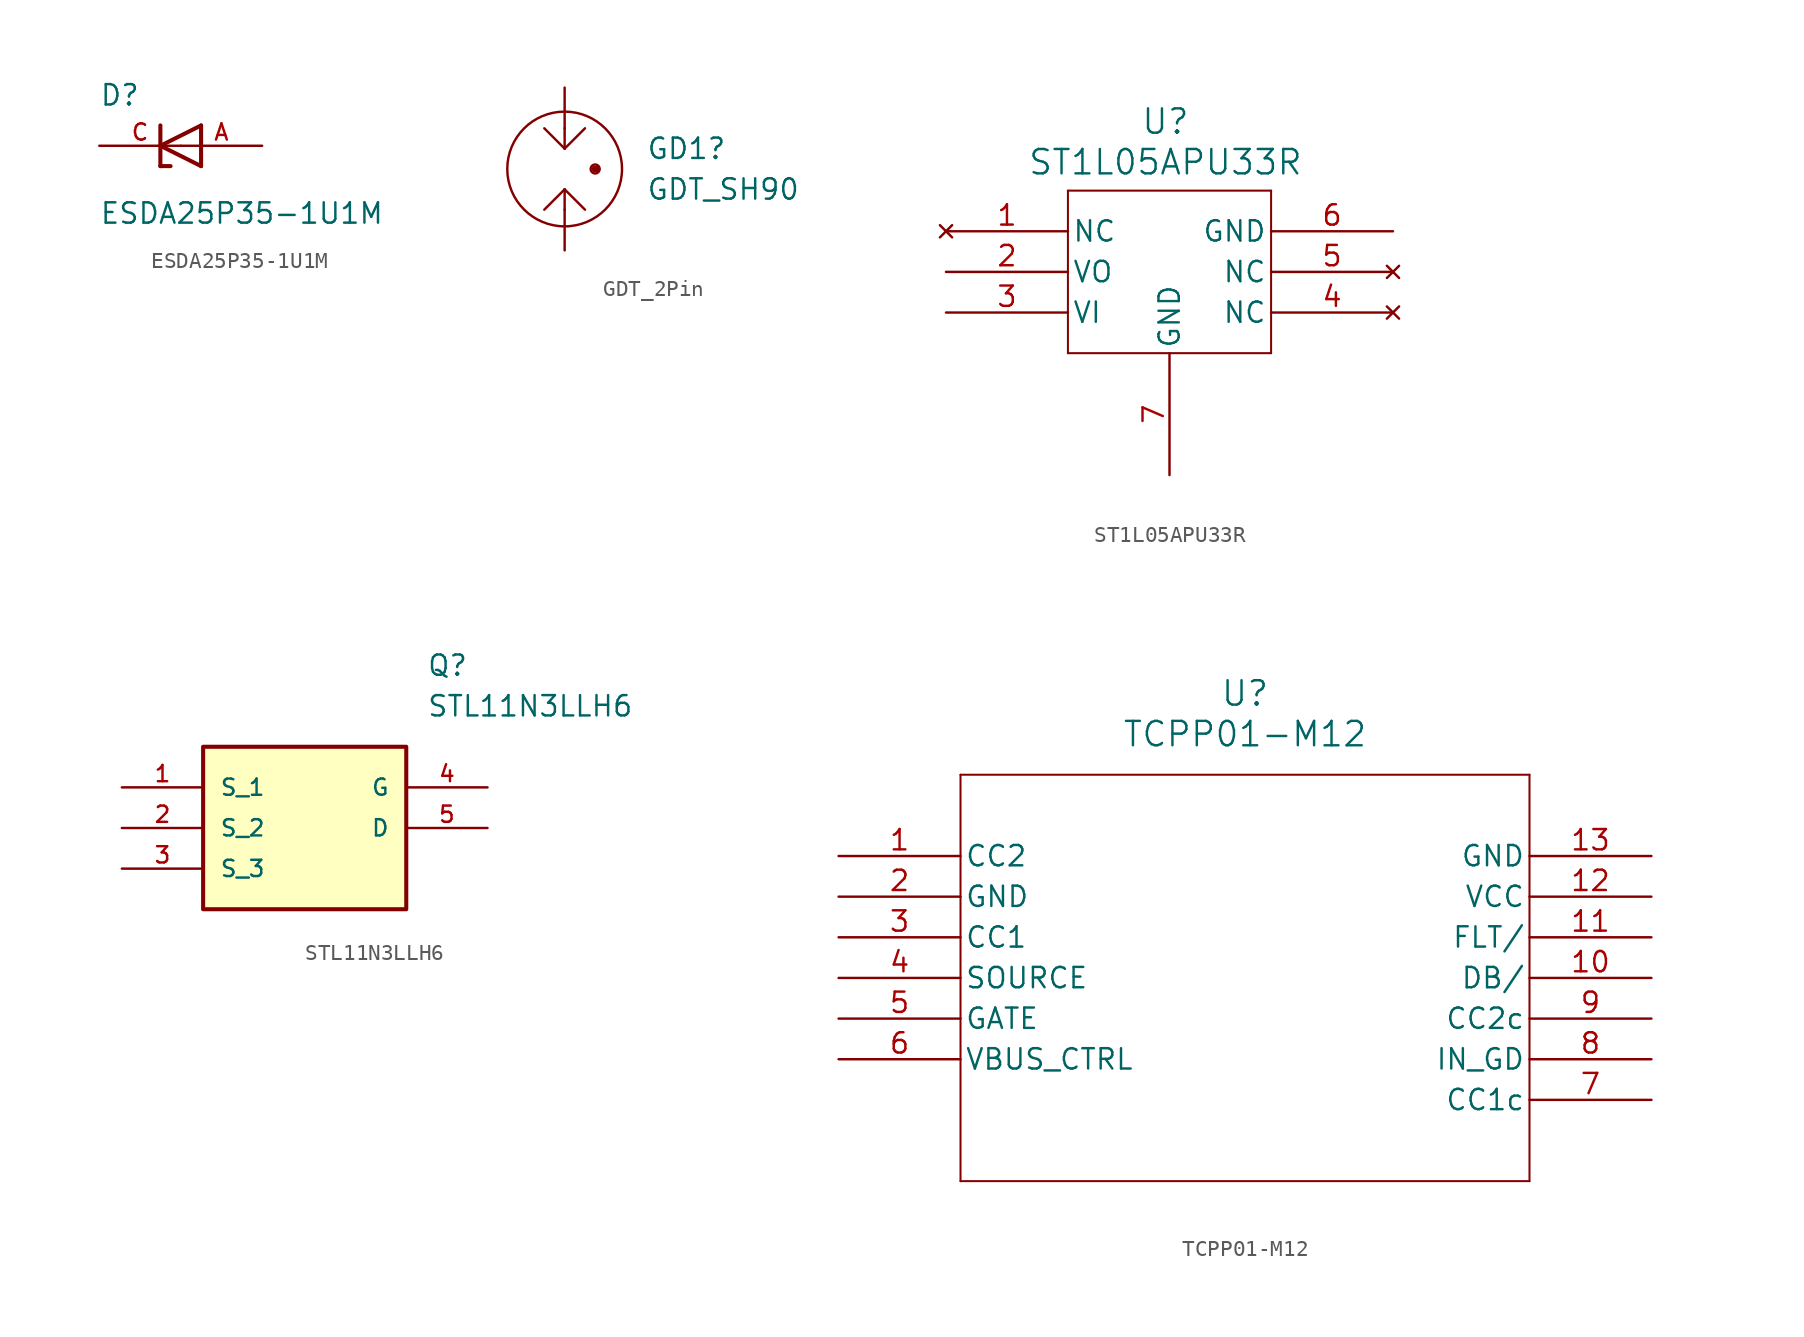
<source format=kicad_sym>
(kicad_symbol_lib
  (version 20241209)
  (generator "kicad_symbol_editor")
  (generator_version "9.0")
  (symbol "ESDA25P35-1U1M"
    (pin_names
      (offset 1.016))
    (property "Reference" "D"
      (at -5.083 2.416 0)
      (effects (font (size 1.27 1.27)) (justify left bottom)))
    (property "Value" "ESDA25P35-1U1M"
      (at -5.085 -4.961 0)
      (effects (font (size 1.27 1.27)) (justify left bottom)))
    (symbol "ESDA25P35-1U1M_0_0"
      (polyline (pts (xy -1.27 0) (xy -1.27 1.27)) (stroke (width 0.254) (type default)) (fill (type none)))
      (polyline (pts (xy -1.27 0) (xy 1.27 -1.27)) (stroke (width 0.254) (type default)) (fill (type none)))
      (polyline (pts (xy -1.27 -1.27) (xy -1.27 0)) (stroke (width 0.254) (type default)) (fill (type none)))
      (polyline (pts (xy -0.635 -1.27) (xy -1.27 -1.27)) (stroke (width 0.254) (type default)) (fill (type none)))
      (polyline (pts (xy 1.27 1.27) (xy -1.27 0)) (stroke (width 0.254) (type default)) (fill (type none)))
      (polyline (pts (xy 1.27 -1.27) (xy 1.27 1.27)) (stroke (width 0.254) (type default)) (fill (type none)))
      (pin passive line (at -5.08 0 0) (length 5.08) (name "~" (effects (font (size 1.016 1.016)))) (number "C" (effects (font (size 1.016 1.016)))))
      (pin passive line (at 5.08 0 180) (length 5.08) (name "~" (effects (font (size 1.016 1.016)))) (number "A" (effects (font (size 1.016 1.016)))))))
  (symbol "GDT_2Pin"
    (pin_numbers
      (hide yes))
    (property "Reference" "GD1"
      (at 5.08 1.27 0)
      (effects (font (size 1.27 1.27)) (justify left)))
    (property "Value" "GDT_SH90"
      (at 5.08 -1.27 0)
      (effects (font (size 1.27 1.27)) (justify left)))
    (symbol "GDT_2Pin_0_1"
      (polyline (pts (xy 0 2.54) (xy 0 1.27)) (stroke (width 0) (type default)) (fill (type none)))
      (polyline (pts (xy 0 1.27) (xy -1.27 2.54)) (stroke (width 0) (type default)) (fill (type none)))
      (polyline (pts (xy 0 1.27) (xy 1.27 2.54)) (stroke (width 0) (type default)) (fill (type none)))
      (circle (center 0 0) (radius 3.581) (stroke (width 0) (type default)) (fill (type none)))
      (polyline (pts (xy 0 -1.27) (xy -1.27 -2.54)) (stroke (width 0) (type default)) (fill (type none)))
      (polyline (pts (xy 0 -1.27) (xy 1.27 -2.54)) (stroke (width 0) (type default)) (fill (type none)))
      (polyline (pts (xy 0 -2.54) (xy 0 -1.27)) (stroke (width 0) (type default)) (fill (type none)))
      (circle (center 1.905 0) (radius 0.127) (stroke (width 0) (type default)) (fill (type none)))
      (circle (center 1.905 0) (radius 0.127) (stroke (width 0) (type default)) (fill (type none)))
      (circle (center 1.905 0) (radius 0.279) (stroke (width 0) (type default)) (fill (type none)))
      (circle (center 2.032 0) (radius 0.127) (stroke (width 0) (type default)) (fill (type none))))
    (symbol "GDT_2Pin_1_1"
      (pin passive line (at 0 5.08 270) (length 2.54) (name "~" (effects (font (size 1.27 1.27)))) (number "2" (effects (font (size 1.27 1.27)))))
      (pin passive line (at 0 -5.08 90) (length 2.54) (name "~" (effects (font (size 1.27 1.27)))) (number "1" (effects (font (size 1.27 1.27)))))))
  (symbol "ST1L05APU33R"
    (pin_names
      (offset 0.254))
    (property "Reference" "U"
      (at 13.716 9.398 0)
      (effects (font (size 1.524 1.524))))
    (property "Value" "ST1L05APU33R"
      (at 13.716 6.858 0)
      (effects (font (size 1.524 1.524))))
    (property "ki_locked" ""
      (at 0 0 0)
      (effects (font (size 1.27 1.27))))
    (symbol "ST1L05APU33R_0_1"
      (polyline (pts (xy 7.62 5.08) (xy 7.62 -5.08)) (stroke (width 0.127) (type default)) (fill (type none)))
      (polyline (pts (xy 7.62 -5.08) (xy 20.32 -5.08)) (stroke (width 0.127) (type default)) (fill (type none)))
      (polyline (pts (xy 20.32 5.08) (xy 7.62 5.08)) (stroke (width 0.127) (type default)) (fill (type none)))
      (polyline (pts (xy 20.32 -5.08) (xy 20.32 5.08)) (stroke (width 0.127) (type default)) (fill (type none)))
      (pin no_connect line (at 0 2.54 0) (length 7.62) (name "NC" (effects (font (size 1.27 1.27)))) (number "1" (effects (font (size 1.27 1.27)))))
      (pin no_connect line (at 27.94 0 180) (length 7.62) (name "NC" (effects (font (size 1.27 1.27)))) (number "5" (effects (font (size 1.27 1.27)))))
      (pin no_connect line (at 27.94 -2.54 180) (length 7.62) (name "NC" (effects (font (size 1.27 1.27)))) (number "4" (effects (font (size 1.27 1.27))))))
    (symbol "ST1L05APU33R_1_1"
      (pin power_out line (at 0 0 0) (length 7.62) (name "VO" (effects (font (size 1.27 1.27)))) (number "2" (effects (font (size 1.27 1.27)))))
      (pin power_in line (at 0 -2.54 0) (length 7.62) (name "VI" (effects (font (size 1.27 1.27)))) (number "3" (effects (font (size 1.27 1.27)))))
      (pin power_in line (at 13.97 -12.7 90) (length 7.62) (name "GND" (effects (font (size 1.27 1.27)))) (number "7" (effects (font (size 1.27 1.27)))))
      (pin power_in line (at 27.94 2.54 180) (length 7.62) (name "GND" (effects (font (size 1.27 1.27)))) (number "6" (effects (font (size 1.27 1.27)))))))
  (symbol "STL11N3LLH6"
    (pin_names
      (offset 1.016))
    (property "Reference" "Q"
      (at 19.05 7.62 0)
      (effects (font (size 1.27 1.27)) (justify left)))
    (property "Value" "STL11N3LLH6"
      (at 19.05 5.08 0)
      (effects (font (size 1.27 1.27)) (justify left)))
    (symbol "STL11N3LLH6_0_0"
      (rectangle (start 5.08 2.54) (end 17.78 -7.62) (stroke (width 0.254) (type default)) (fill (type background))))
    (symbol "STL11N3LLH6_1_0"
      (pin passive line (at 0 0 0) (length 5.08) (name "S_1" (effects (font (size 1.016 1.016)))) (number "1" (effects (font (size 1.016 1.016)))))
      (pin passive line (at 0 -2.54 0) (length 5.08) (name "S_2" (effects (font (size 1.016 1.016)))) (number "2" (effects (font (size 1.016 1.016)))))
      (pin passive line (at 0 -5.08 0) (length 5.08) (name "S_3" (effects (font (size 1.016 1.016)))) (number "3" (effects (font (size 1.016 1.016)))))
      (pin passive line (at 22.86 0 180) (length 5.08) (name "G" (effects (font (size 1.016 1.016)))) (number "4" (effects (font (size 1.016 1.016)))))
      (pin passive line (at 22.86 -2.54 180) (length 5.08) (name "D" (effects (font (size 1.016 1.016)))) (number "5" (effects (font (size 1.016 1.016)))))))
  (symbol "TCPP01-M12"
    (pin_names
      (offset 0.254))
    (property "Reference" "U"
      (at 25.4 10.16 0)
      (effects (font (size 1.524 1.524))))
    (property "Value" "TCPP01-M12"
      (at 25.4 7.62 0)
      (effects (font (size 1.524 1.524))))
    (property "ki_locked" ""
      (at 0 0 0)
      (effects (font (size 1.27 1.27))))
    (symbol "TCPP01-M12_0_1"
      (polyline (pts (xy 7.62 5.08) (xy 7.62 -20.32)) (stroke (width 0.127) (type default)) (fill (type none)))
      (polyline (pts (xy 7.62 -20.32) (xy 43.18 -20.32)) (stroke (width 0.127) (type default)) (fill (type none)))
      (polyline (pts (xy 43.18 5.08) (xy 7.62 5.08)) (stroke (width 0.127) (type default)) (fill (type none)))
      (polyline (pts (xy 43.18 -20.32) (xy 43.18 5.08)) (stroke (width 0.127) (type default)) (fill (type none)))
      (pin bidirectional line (at 0 0 0) (length 7.62) (name "CC2" (effects (font (size 1.27 1.27)))) (number "1" (effects (font (size 1.27 1.27)))))
      (pin bidirectional line (at 0 -5.08 0) (length 7.62) (name "CC1" (effects (font (size 1.27 1.27)))) (number "3" (effects (font (size 1.27 1.27)))))
      (pin power_in line (at 50.8 -2.54 180) (length 7.62) (name "VCC" (effects (font (size 1.27 1.27)))) (number "12" (effects (font (size 1.27 1.27)))))
      (pin bidirectional line (at 50.8 -10.16 180) (length 7.62) (name "CC2c" (effects (font (size 1.27 1.27)))) (number "9" (effects (font (size 1.27 1.27)))))
      (pin bidirectional line (at 50.8 -15.24 180) (length 7.62) (name "CC1c" (effects (font (size 1.27 1.27)))) (number "7" (effects (font (size 1.27 1.27))))))
    (symbol "TCPP01-M12_1_1"
      (pin power_in line (at 0 -2.54 0) (length 7.62) (name "GND" (effects (font (size 1.27 1.27)))) (number "2" (effects (font (size 1.27 1.27)))))
      (pin power_out line (at 0 -7.62 0) (length 7.62) (name "SOURCE" (effects (font (size 1.27 1.27)))) (number "4" (effects (font (size 1.27 1.27)))))
      (pin output line (at 0 -10.16 0) (length 7.62) (name "GATE" (effects (font (size 1.27 1.27)))) (number "5" (effects (font (size 1.27 1.27)))))
      (pin input line (at 0 -12.7 0) (length 7.62) (name "VBUS_CTRL" (effects (font (size 1.27 1.27)))) (number "6" (effects (font (size 1.27 1.27)))))
      (pin power_in line (at 50.8 0 180) (length 7.62) (name "GND" (effects (font (size 1.27 1.27)))) (number "13" (effects (font (size 1.27 1.27)))))
      (pin output line (at 50.8 -5.08 180) (length 7.62) (name "FLT/" (effects (font (size 1.27 1.27)))) (number "11" (effects (font (size 1.27 1.27)))))
      (pin input line (at 50.8 -7.62 180) (length 7.62) (name "DB/" (effects (font (size 1.27 1.27)))) (number "10" (effects (font (size 1.27 1.27)))))
      (pin power_in line (at 50.8 -12.7 180) (length 7.62) (name "IN_GD" (effects (font (size 1.27 1.27)))) (number "8" (effects (font (size 1.27 1.27))))))))
</source>
